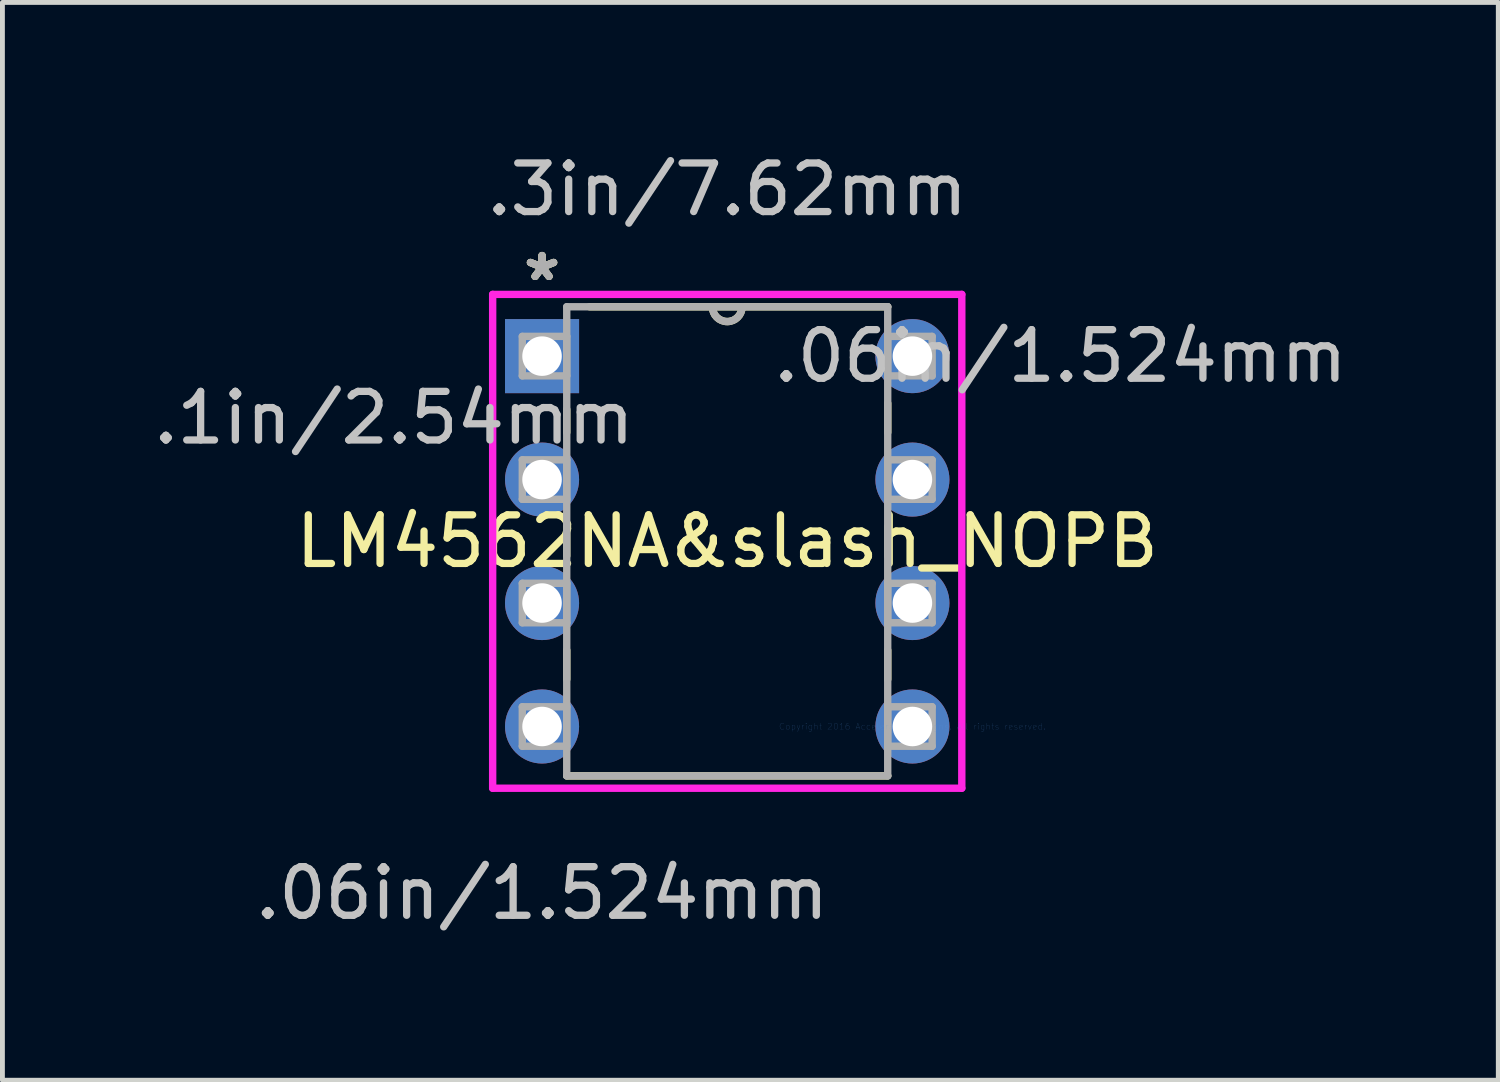
<source format=kicad_pcb>
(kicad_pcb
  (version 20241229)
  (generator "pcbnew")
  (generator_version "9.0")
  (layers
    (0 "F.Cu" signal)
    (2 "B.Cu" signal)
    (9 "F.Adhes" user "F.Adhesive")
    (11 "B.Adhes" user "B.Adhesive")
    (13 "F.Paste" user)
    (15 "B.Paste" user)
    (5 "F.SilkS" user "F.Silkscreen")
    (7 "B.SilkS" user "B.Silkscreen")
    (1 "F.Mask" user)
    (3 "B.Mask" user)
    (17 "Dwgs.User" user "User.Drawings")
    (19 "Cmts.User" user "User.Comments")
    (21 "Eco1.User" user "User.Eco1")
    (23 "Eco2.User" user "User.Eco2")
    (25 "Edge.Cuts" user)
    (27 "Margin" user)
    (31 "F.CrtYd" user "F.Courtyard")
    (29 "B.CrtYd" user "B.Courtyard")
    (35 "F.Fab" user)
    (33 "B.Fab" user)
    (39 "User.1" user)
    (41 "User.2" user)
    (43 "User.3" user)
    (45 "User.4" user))
  (footprint "LM4562NA&slash_NOPB"
    (layer "F.Cu")
    (at 15.722 11.897)
    (property "Reference" "LM4562NA&slash_NOPB" (at -3.81 -3.81 0) (layer "F.SilkS") (effects (font (size 1 1) (thickness 0.15))))
    (attr through_hole)
    (fp_line (start -7.112 -6.525) (end -7.112 -6.05) (stroke (width 0.152) (type solid)) (layer "F.SilkS"))
    (fp_line (start -7.112 -4.11) (end -7.112 -3.51) (stroke (width 0.152) (type solid)) (layer "F.SilkS"))
    (fp_line (start -7.112 -1.57) (end -7.112 -0.97) (stroke (width 0.152) (type solid)) (layer "F.SilkS"))
    (fp_line (start -7.112 1.016) (end -0.508 1.016) (stroke (width 0.152) (type solid)) (layer "F.SilkS"))
    (fp_line (start -0.508 -8.636) (end -6.643 -8.636) (stroke (width 0.152) (type solid)) (layer "F.SilkS"))
    (fp_line (start -0.508 -6.05) (end -0.508 -6.65) (stroke (width 0.152) (type solid)) (layer "F.SilkS"))
    (fp_line (start -0.508 -3.51) (end -0.508 -4.11) (stroke (width 0.152) (type solid)) (layer "F.SilkS"))
    (fp_line (start -0.508 -0.97) (end -0.508 -1.57) (stroke (width 0.152) (type solid)) (layer "F.SilkS"))
    (fp_arc (start -3.5052 -8.636) (mid -3.81 -8.3312) (end -4.1148 -8.636) (stroke (width 0.1524) (type solid)) (layer "F.SilkS"))
    (fp_line (start -8.636 -8.89) (end 1.016 -8.89) (stroke (width 0.152) (type solid)) (layer "F.CrtYd"))
    (fp_line (start -8.636 1.27) (end -8.636 -8.89) (stroke (width 0.152) (type solid)) (layer "F.CrtYd"))
    (fp_line (start 1.016 -8.89) (end 1.016 1.27) (stroke (width 0.152) (type solid)) (layer "F.CrtYd"))
    (fp_line (start 1.016 1.27) (end -8.636 1.27) (stroke (width 0.152) (type solid)) (layer "F.CrtYd"))
    (fp_line (start -8.026 -8.026) (end -8.026 -7.214) (stroke (width 0.152) (type solid)) (layer "F.Fab"))
    (fp_line (start -8.026 -7.214) (end -7.112 -7.214) (stroke (width 0.152) (type solid)) (layer "F.Fab"))
    (fp_line (start -8.026 -5.486) (end -8.026 -4.674) (stroke (width 0.152) (type solid)) (layer "F.Fab"))
    (fp_line (start -8.026 -4.674) (end -7.112 -4.674) (stroke (width 0.152) (type solid)) (layer "F.Fab"))
    (fp_line (start -8.026 -2.946) (end -8.026 -2.134) (stroke (width 0.152) (type solid)) (layer "F.Fab"))
    (fp_line (start -8.026 -2.134) (end -7.112 -2.134) (stroke (width 0.152) (type solid)) (layer "F.Fab"))
    (fp_line (start -8.026 -0.406) (end -8.026 0.406) (stroke (width 0.152) (type solid)) (layer "F.Fab"))
    (fp_line (start -8.026 0.406) (end -7.112 0.406) (stroke (width 0.152) (type solid)) (layer "F.Fab"))
    (fp_line (start -7.112 -8.636) (end -7.112 1.016) (stroke (width 0.152) (type solid)) (layer "F.Fab"))
    (fp_line (start -7.112 -8.026) (end -8.026 -8.026) (stroke (width 0.152) (type solid)) (layer "F.Fab"))
    (fp_line (start -7.112 -7.214) (end -7.112 -8.026) (stroke (width 0.152) (type solid)) (layer "F.Fab"))
    (fp_line (start -7.112 -5.486) (end -8.026 -5.486) (stroke (width 0.152) (type solid)) (layer "F.Fab"))
    (fp_line (start -7.112 -4.674) (end -7.112 -5.486) (stroke (width 0.152) (type solid)) (layer "F.Fab"))
    (fp_line (start -7.112 -2.946) (end -8.026 -2.946) (stroke (width 0.152) (type solid)) (layer "F.Fab"))
    (fp_line (start -7.112 -2.134) (end -7.112 -2.946) (stroke (width 0.152) (type solid)) (layer "F.Fab"))
    (fp_line (start -7.112 -0.406) (end -8.026 -0.406) (stroke (width 0.152) (type solid)) (layer "F.Fab"))
    (fp_line (start -7.112 0.406) (end -7.112 -0.406) (stroke (width 0.152) (type solid)) (layer "F.Fab"))
    (fp_line (start -7.112 1.016) (end -0.508 1.016) (stroke (width 0.152) (type solid)) (layer "F.Fab"))
    (fp_line (start -0.508 -8.636) (end -7.112 -8.636) (stroke (width 0.152) (type solid)) (layer "F.Fab"))
    (fp_line (start -0.508 -8.026) (end -0.508 -7.214) (stroke (width 0.152) (type solid)) (layer "F.Fab"))
    (fp_line (start -0.508 -7.214) (end 0.406 -7.214) (stroke (width 0.152) (type solid)) (layer "F.Fab"))
    (fp_line (start -0.508 -5.486) (end -0.508 -4.674) (stroke (width 0.152) (type solid)) (layer "F.Fab"))
    (fp_line (start -0.508 -4.674) (end 0.406 -4.674) (stroke (width 0.152) (type solid)) (layer "F.Fab"))
    (fp_line (start -0.508 -2.946) (end -0.508 -2.134) (stroke (width 0.152) (type solid)) (layer "F.Fab"))
    (fp_line (start -0.508 -2.134) (end 0.406 -2.134) (stroke (width 0.152) (type solid)) (layer "F.Fab"))
    (fp_line (start -0.508 -0.406) (end -0.508 0.406) (stroke (width 0.152) (type solid)) (layer "F.Fab"))
    (fp_line (start -0.508 0.406) (end 0.406 0.406) (stroke (width 0.152) (type solid)) (layer "F.Fab"))
    (fp_line (start -0.508 1.016) (end -0.508 -8.636) (stroke (width 0.152) (type solid)) (layer "F.Fab"))
    (fp_line (start 0.406 -8.026) (end -0.508 -8.026) (stroke (width 0.152) (type solid)) (layer "F.Fab"))
    (fp_line (start 0.406 -7.214) (end 0.406 -8.026) (stroke (width 0.152) (type solid)) (layer "F.Fab"))
    (fp_line (start 0.406 -5.486) (end -0.508 -5.486) (stroke (width 0.152) (type solid)) (layer "F.Fab"))
    (fp_line (start 0.406 -4.674) (end 0.406 -5.486) (stroke (width 0.152) (type solid)) (layer "F.Fab"))
    (fp_line (start 0.406 -2.946) (end -0.508 -2.946) (stroke (width 0.152) (type solid)) (layer "F.Fab"))
    (fp_line (start 0.406 -2.134) (end 0.406 -2.946) (stroke (width 0.152) (type solid)) (layer "F.Fab"))
    (fp_line (start 0.406 -0.406) (end -0.508 -0.406) (stroke (width 0.152) (type solid)) (layer "F.Fab"))
    (fp_line (start 0.406 0.406) (end 0.406 -0.406) (stroke (width 0.152) (type solid)) (layer "F.Fab"))
    (fp_arc (start -3.5052 -8.636) (mid -3.81 -8.3312) (end -4.1148 -8.636) (stroke (width 0.1524) (type solid)) (layer "F.Fab"))
    (fp_text user "*" (at -7.62 -9.144 0) (layer "F.SilkS") (effects (font (size 1 1) (thickness 0.15))))
    (fp_text user "*" (at -7.62 -9.144 0) (layer "F.SilkS") (effects (font (size 1 1) (thickness 0.15))))
    (fp_text user ".06in/1.524mm" (at -7.62 3.429 0) (layer "Dwgs.User") (effects (font (size 1 1) (thickness 0.15))))
    (fp_text user ".06in/1.524mm" (at 3.048 -7.62 0) (layer "Dwgs.User") (effects (font (size 1 1) (thickness 0.15))))
    (fp_text user ".1in/2.54mm" (at -10.668 -6.35 0) (layer "Dwgs.User") (effects (font (size 1 1) (thickness 0.15))))
    (fp_text user ".3in/7.62mm" (at -3.81 -11.049 0) (layer "Dwgs.User") (effects (font (size 1 1) (thickness 0.15))))
    (fp_text user "Copyright 2016 Accelerated Designs. All rights reserved." (at 0 0 0) (layer "Cmts.User") (effects (font (size 0.127 0.127) (thickness 0.002))))
    (fp_text user "*" (at -7.62 -9.144 0) (layer "F.Fab") (effects (font (size 1 1) (thickness 0.15))))
    (fp_text user "*" (at -7.62 -9.144 0) (layer "F.Fab") (effects (font (size 1 1) (thickness 0.15))))
    (pad "1" thru_hole rect (at -7.62 -7.62) (size 1.524 1.524) (drill 0.813) (layers "*.Cu" "*.Mask"))
    (pad "2" thru_hole circle (at -7.62 -5.08) (size 1.524 1.524) (drill 0.813) (layers "*.Cu" "*.Mask"))
    (pad "3" thru_hole circle (at -7.62 -2.54) (size 1.524 1.524) (drill 0.813) (layers "*.Cu" "*.Mask"))
    (pad "4" thru_hole circle (at -7.62 0) (size 1.524 1.524) (drill 0.813) (layers "*.Cu" "*.Mask"))
    (pad "5" thru_hole circle (at 0 0) (size 1.524 1.524) (drill 0.813) (layers "*.Cu" "*.Mask"))
    (pad "6" thru_hole circle (at 0 -2.54) (size 1.524 1.524) (drill 0.813) (layers "*.Cu" "*.Mask"))
    (pad "7" thru_hole circle (at 0 -5.08) (size 1.524 1.524) (drill 0.813) (layers "*.Cu" "*.Mask"))
    (pad "8" thru_hole circle (at 0 -7.62) (size 1.524 1.524) (drill 0.813) (layers "*.Cu" "*.Mask")))
  (gr_rect
    (start -3 -3)
    (end 27.776 19.174)
    (stroke (width 0.1) (type default))
    (fill no)
    (layer "Edge.Cuts")))
</source>
